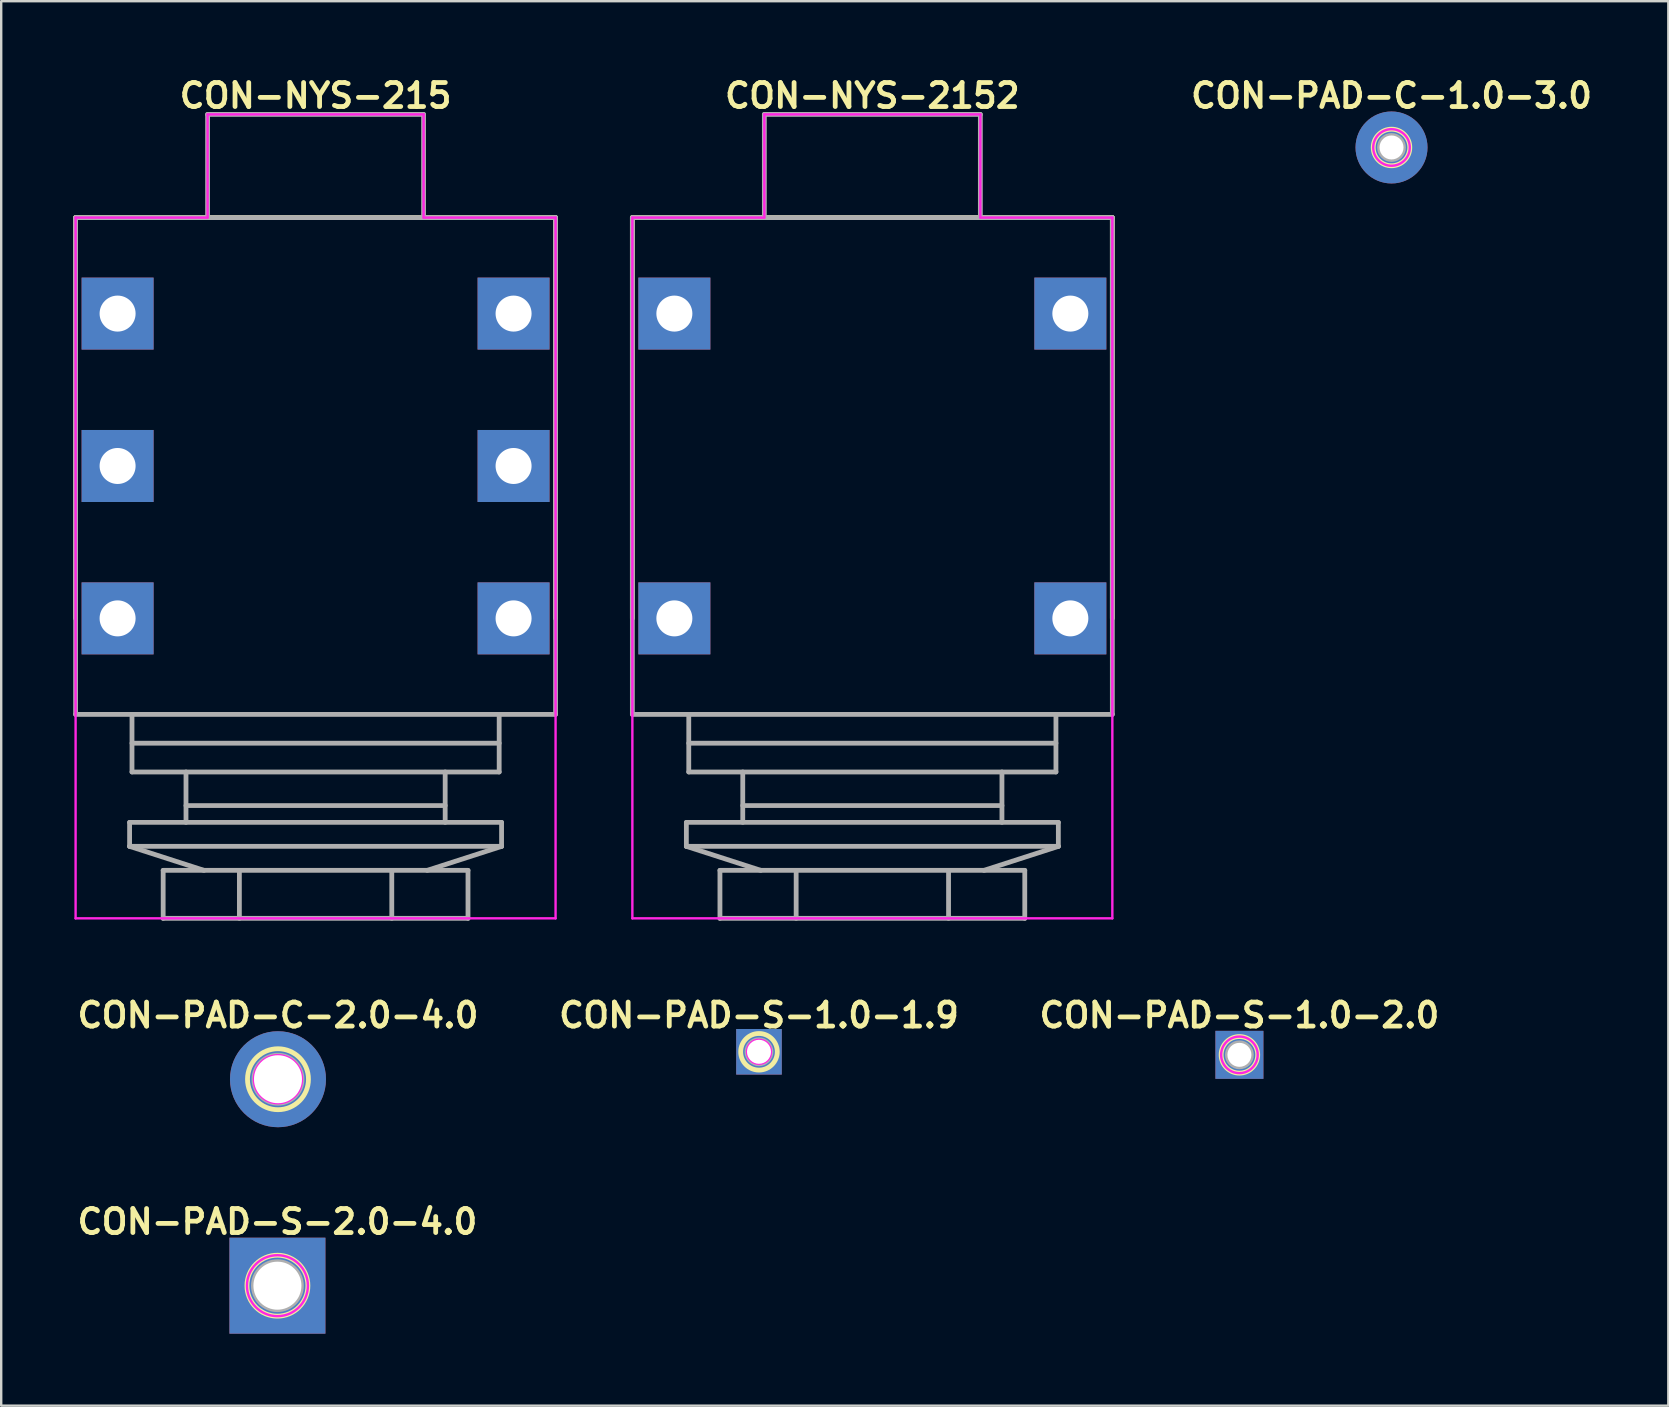
<source format=kicad_pcb>
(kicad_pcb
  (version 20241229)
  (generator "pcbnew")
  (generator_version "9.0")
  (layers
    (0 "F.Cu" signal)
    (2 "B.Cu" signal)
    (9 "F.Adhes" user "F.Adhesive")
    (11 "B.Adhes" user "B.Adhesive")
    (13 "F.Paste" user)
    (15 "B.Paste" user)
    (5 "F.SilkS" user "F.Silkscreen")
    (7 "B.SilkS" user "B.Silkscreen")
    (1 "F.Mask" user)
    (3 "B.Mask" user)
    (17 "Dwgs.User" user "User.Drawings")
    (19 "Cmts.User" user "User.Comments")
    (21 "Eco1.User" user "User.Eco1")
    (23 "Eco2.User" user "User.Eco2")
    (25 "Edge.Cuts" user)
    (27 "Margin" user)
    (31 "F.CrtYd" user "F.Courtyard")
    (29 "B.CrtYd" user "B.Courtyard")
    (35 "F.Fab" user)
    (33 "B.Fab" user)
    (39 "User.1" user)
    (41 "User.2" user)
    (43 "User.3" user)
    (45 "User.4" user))
  (footprint "CON-PAD-S-1.0-2.0"
    (layer "F.Cu")
    (at 48.595 40.904)
    (property "Reference" "CON-PAD-S-1.0-2.0" (at 0 -1.651 0) (layer "F.SilkS") (effects (font (size 1 1) (thickness 0.2))))
    (attr through_hole)
    (fp_circle (center 0 0) (end 0.762 0) (stroke (width 0.2) (type solid)) (fill no) (layer "F.SilkS"))
    (fp_circle (center 0 0) (end 0.762 0) (stroke (width 0.1) (type solid)) (fill no) (layer "F.CrtYd"))
    (fp_circle (center 0 0) (end 0.5 0) (stroke (width 0.2) (type solid)) (fill no) (layer "F.Fab"))
    (pad "1" thru_hole rect (at 0 0) (size 2 2) (drill 1) (layers "B.Cu" "B.Mask")))
  (footprint "CON-PAD-S-1.0-1.9"
    (layer "F.Cu")
    (at 28.576 40.777)
    (property "Reference" "CON-PAD-S-1.0-1.9" (at 0 -1.524 0) (layer "F.SilkS") (effects (font (size 1 1) (thickness 0.2))))
    (attr through_hole)
    (fp_circle (center 0 0) (end 0.762 0) (stroke (width 0.2) (type solid)) (fill no) (layer "F.SilkS"))
    (fp_circle (center 0 0) (end 0.5 0) (stroke (width 0.1) (type solid)) (fill no) (layer "F.CrtYd"))
    (fp_circle (center 0 0) (end 0.5 0) (stroke (width 0.2) (type solid)) (fill no) (layer "F.Fab"))
    (pad "1" thru_hole rect (at 0 0) (size 1.9 1.9) (drill 1) (layers "B.Cu" "B.Mask")))
  (footprint "CON-NYS-215"
    (layer "F.Cu")
    (at 10.1 26.717)
    (property "Reference" "CON-NYS-215" (at 0 -25.781 0) (layer "F.SilkS") (effects (font (size 1 1) (thickness 0.2))))
    (attr through_hole)
    (fp_line (start -10 -20.7) (end -10 -4) (stroke (width 0.2) (type solid)) (layer "F.SilkS"))
    (fp_line (start -10 -20.7) (end 10 -20.7) (stroke (width 0.2) (type solid)) (layer "F.SilkS"))
    (fp_line (start 10 -20.7) (end 10 -4) (stroke (width 0.2) (type solid)) (layer "F.SilkS"))
    (fp_line (start -10 -20.7) (end -10 8.5) (stroke (width 0.1) (type solid)) (layer "F.CrtYd"))
    (fp_line (start -10 -20.7) (end -4.5 -20.7) (stroke (width 0.1) (type solid)) (layer "F.CrtYd"))
    (fp_line (start -10 8.5) (end 10 8.5) (stroke (width 0.1) (type solid)) (layer "F.CrtYd"))
    (fp_line (start -4.5 -25) (end -4.5 -20.7) (stroke (width 0.1) (type solid)) (layer "F.CrtYd"))
    (fp_line (start -4.5 -25) (end 4.5 -25) (stroke (width 0.1) (type solid)) (layer "F.CrtYd"))
    (fp_line (start 4.5 -25) (end 4.5 -20.7) (stroke (width 0.1) (type solid)) (layer "F.CrtYd"))
    (fp_line (start 4.5 -20.7) (end 10 -20.7) (stroke (width 0.1) (type solid)) (layer "F.CrtYd"))
    (fp_line (start 10 -20.7) (end 10 8.5) (stroke (width 0.1) (type solid)) (layer "F.CrtYd"))
    (fp_line (start -10 -20.7) (end -10 0) (stroke (width 0.2) (type solid)) (layer "F.Fab"))
    (fp_line (start -10 -20.7) (end 10 -20.7) (stroke (width 0.2) (type solid)) (layer "F.Fab"))
    (fp_line (start -10 0) (end 10 0) (stroke (width 0.2) (type solid)) (layer "F.Fab"))
    (fp_line (start -7.75 4.5) (end -7.75 5.5) (stroke (width 0.2) (type solid)) (layer "F.Fab"))
    (fp_line (start -7.75 4.5) (end 7.75 4.5) (stroke (width 0.2) (type solid)) (layer "F.Fab"))
    (fp_line (start -7.75 5.5) (end -4.65 6.5) (stroke (width 0.2) (type solid)) (layer "F.Fab"))
    (fp_line (start -7.75 5.5) (end 7.75 5.5) (stroke (width 0.2) (type solid)) (layer "F.Fab"))
    (fp_line (start -7.65 0) (end -7.65 2.4) (stroke (width 0.2) (type solid)) (layer "F.Fab"))
    (fp_line (start -7.65 1.2) (end 7.65 1.2) (stroke (width 0.2) (type solid)) (layer "F.Fab"))
    (fp_line (start -7.65 2.4) (end 7.65 2.4) (stroke (width 0.2) (type solid)) (layer "F.Fab"))
    (fp_line (start -6.351 6.5) (end -6.351 8.5) (stroke (width 0.2) (type solid)) (layer "F.Fab"))
    (fp_line (start -6.351 6.5) (end 6.351 6.5) (stroke (width 0.2) (type solid)) (layer "F.Fab"))
    (fp_line (start -6.351 8.5) (end 6.351 8.5) (stroke (width 0.2) (type solid)) (layer "F.Fab"))
    (fp_line (start -5.4 2.4) (end -5.4 4.5) (stroke (width 0.2) (type solid)) (layer "F.Fab"))
    (fp_line (start -5.4 3.8) (end 5.4 3.8) (stroke (width 0.2) (type solid)) (layer "F.Fab"))
    (fp_line (start -4.5 -25) (end -4.5 -20.7) (stroke (width 0.2) (type solid)) (layer "F.Fab"))
    (fp_line (start -4.5 -25) (end 4.5 -25) (stroke (width 0.2) (type solid)) (layer "F.Fab"))
    (fp_line (start -3.175 6.5) (end -3.175 8.5) (stroke (width 0.2) (type solid)) (layer "F.Fab"))
    (fp_line (start 3.175 6.5) (end 3.175 8.5) (stroke (width 0.2) (type solid)) (layer "F.Fab"))
    (fp_line (start 4.5 -25) (end 4.5 -20.7) (stroke (width 0.2) (type solid)) (layer "F.Fab"))
    (fp_line (start 5.4 2.4) (end 5.4 4.5) (stroke (width 0.2) (type solid)) (layer "F.Fab"))
    (fp_line (start 6.351 6.5) (end 6.351 8.5) (stroke (width 0.2) (type solid)) (layer "F.Fab"))
    (fp_line (start 7.65 0) (end 7.65 2.4) (stroke (width 0.2) (type solid)) (layer "F.Fab"))
    (fp_line (start 7.75 4.5) (end 7.75 5.5) (stroke (width 0.2) (type solid)) (layer "F.Fab"))
    (fp_line (start 7.75 5.5) (end 4.65 6.5) (stroke (width 0.2) (type solid)) (layer "F.Fab"))
    (fp_line (start 10 -20.7) (end 10 0) (stroke (width 0.2) (type solid)) (layer "F.Fab"))
    (pad "R" thru_hole rect (at 8.25 -10.35) (size 3 3) (drill 1.5) (layers "B.Cu" "B.Mask"))
    (pad "RN" thru_hole rect (at -8.25 -10.35) (size 3 3) (drill 1.5) (layers "B.Cu" "B.Mask"))
    (pad "S" thru_hole rect (at 8.25 -4) (size 3 3) (drill 1.5) (layers "B.Cu" "B.Mask"))
    (pad "SN" thru_hole rect (at -8.25 -4) (size 3 3) (drill 1.5) (layers "B.Cu" "B.Mask"))
    (pad "T" thru_hole rect (at 8.25 -16.7) (size 3 3) (drill 1.5) (layers "B.Cu" "B.Mask"))
    (pad "TN" thru_hole rect (at -8.25 -16.7) (size 3 3) (drill 1.5) (layers "B.Cu" "B.Mask")))
  (footprint "CON-NYS-2152"
    (layer "F.Cu")
    (at 33.3 26.717)
    (property "Reference" "CON-NYS-2152" (at 0 -25.781 0) (layer "F.SilkS") (effects (font (size 1 1) (thickness 0.2))))
    (attr through_hole)
    (fp_line (start -10 -20.7) (end -10 -4) (stroke (width 0.2) (type solid)) (layer "F.SilkS"))
    (fp_line (start -10 -20.7) (end 10 -20.7) (stroke (width 0.2) (type solid)) (layer "F.SilkS"))
    (fp_line (start 10 -20.7) (end 10 -4) (stroke (width 0.2) (type solid)) (layer "F.SilkS"))
    (fp_line (start -10 -20.7) (end -10 8.5) (stroke (width 0.1) (type solid)) (layer "F.CrtYd"))
    (fp_line (start -10 -20.7) (end -4.5 -20.7) (stroke (width 0.1) (type solid)) (layer "F.CrtYd"))
    (fp_line (start -10 8.5) (end 10 8.5) (stroke (width 0.1) (type solid)) (layer "F.CrtYd"))
    (fp_line (start -4.5 -25) (end -4.5 -20.7) (stroke (width 0.1) (type solid)) (layer "F.CrtYd"))
    (fp_line (start -4.5 -25) (end 4.5 -25) (stroke (width 0.1) (type solid)) (layer "F.CrtYd"))
    (fp_line (start 4.5 -25) (end 4.5 -20.7) (stroke (width 0.1) (type solid)) (layer "F.CrtYd"))
    (fp_line (start 4.5 -20.7) (end 10 -20.7) (stroke (width 0.1) (type solid)) (layer "F.CrtYd"))
    (fp_line (start 10 -20.7) (end 10 8.5) (stroke (width 0.1) (type solid)) (layer "F.CrtYd"))
    (fp_line (start -10 -20.7) (end -10 0) (stroke (width 0.2) (type solid)) (layer "F.Fab"))
    (fp_line (start -10 -20.7) (end 10 -20.7) (stroke (width 0.2) (type solid)) (layer "F.Fab"))
    (fp_line (start -10 0) (end 10 0) (stroke (width 0.2) (type solid)) (layer "F.Fab"))
    (fp_line (start -7.75 4.5) (end -7.75 5.5) (stroke (width 0.2) (type solid)) (layer "F.Fab"))
    (fp_line (start -7.75 4.5) (end 7.75 4.5) (stroke (width 0.2) (type solid)) (layer "F.Fab"))
    (fp_line (start -7.75 5.5) (end -4.65 6.5) (stroke (width 0.2) (type solid)) (layer "F.Fab"))
    (fp_line (start -7.75 5.5) (end 7.75 5.5) (stroke (width 0.2) (type solid)) (layer "F.Fab"))
    (fp_line (start -7.65 0) (end -7.65 2.4) (stroke (width 0.2) (type solid)) (layer "F.Fab"))
    (fp_line (start -7.65 1.2) (end 7.65 1.2) (stroke (width 0.2) (type solid)) (layer "F.Fab"))
    (fp_line (start -7.65 2.4) (end 7.65 2.4) (stroke (width 0.2) (type solid)) (layer "F.Fab"))
    (fp_line (start -6.351 6.5) (end -6.351 8.5) (stroke (width 0.2) (type solid)) (layer "F.Fab"))
    (fp_line (start -6.351 6.5) (end 6.351 6.5) (stroke (width 0.2) (type solid)) (layer "F.Fab"))
    (fp_line (start -6.351 8.5) (end 6.351 8.5) (stroke (width 0.2) (type solid)) (layer "F.Fab"))
    (fp_line (start -5.4 2.4) (end -5.4 4.5) (stroke (width 0.2) (type solid)) (layer "F.Fab"))
    (fp_line (start -5.4 3.8) (end 5.4 3.8) (stroke (width 0.2) (type solid)) (layer "F.Fab"))
    (fp_line (start -4.5 -25) (end -4.5 -20.7) (stroke (width 0.2) (type solid)) (layer "F.Fab"))
    (fp_line (start -4.5 -25) (end 4.5 -25) (stroke (width 0.2) (type solid)) (layer "F.Fab"))
    (fp_line (start -3.175 6.5) (end -3.175 8.5) (stroke (width 0.2) (type solid)) (layer "F.Fab"))
    (fp_line (start 3.175 6.5) (end 3.175 8.5) (stroke (width 0.2) (type solid)) (layer "F.Fab"))
    (fp_line (start 4.5 -25) (end 4.5 -20.7) (stroke (width 0.2) (type solid)) (layer "F.Fab"))
    (fp_line (start 5.4 2.4) (end 5.4 4.5) (stroke (width 0.2) (type solid)) (layer "F.Fab"))
    (fp_line (start 6.351 6.5) (end 6.351 8.5) (stroke (width 0.2) (type solid)) (layer "F.Fab"))
    (fp_line (start 7.65 0) (end 7.65 2.4) (stroke (width 0.2) (type solid)) (layer "F.Fab"))
    (fp_line (start 7.75 4.5) (end 7.75 5.5) (stroke (width 0.2) (type solid)) (layer "F.Fab"))
    (fp_line (start 7.75 5.5) (end 4.65 6.5) (stroke (width 0.2) (type solid)) (layer "F.Fab"))
    (fp_line (start 10 -20.7) (end 10 0) (stroke (width 0.2) (type solid)) (layer "F.Fab"))
    (pad "S" thru_hole rect (at 8.25 -4) (size 3 3) (drill 1.5) (layers "B.Cu" "B.Mask"))
    (pad "SN" thru_hole rect (at -8.25 -4) (size 3 3) (drill 1.5) (layers "B.Cu" "B.Mask"))
    (pad "T" thru_hole rect (at 8.25 -16.7) (size 3 3) (drill 1.5) (layers "B.Cu" "B.Mask"))
    (pad "TN" thru_hole rect (at -8.25 -16.7) (size 3 3) (drill 1.5) (layers "B.Cu" "B.Mask")))
  (footprint "CON-PAD-C-2.0-4.0"
    (layer "F.Cu")
    (at 8.533 41.92)
    (property "Reference" "CON-PAD-C-2.0-4.0" (at 0 -2.667 0) (layer "F.SilkS") (effects (font (size 1 1) (thickness 0.2))))
    (attr through_hole)
    (fp_circle (center 0 0) (end 1.27 0) (stroke (width 0.2) (type solid)) (fill no) (layer "F.SilkS"))
    (fp_circle (center 0 0) (end 1 0) (stroke (width 0.1) (type solid)) (fill no) (layer "F.CrtYd"))
    (fp_circle (center 0 0) (end 1 0) (stroke (width 0.2) (type solid)) (fill no) (layer "F.Fab"))
    (pad "1" thru_hole circle (at 0 0) (size 4 4) (drill 2) (layers "B.Cu" "B.Mask")))
  (footprint "CON-PAD-S-2.0-4.0"
    (layer "F.Cu")
    (at 8.51 50.523)
    (property "Reference" "CON-PAD-S-2.0-4.0" (at 0 -2.667 0) (layer "F.SilkS") (effects (font (size 1 1) (thickness 0.2))))
    (attr through_hole)
    (fp_circle (center 0 0) (end 1.27 0) (stroke (width 0.2) (type solid)) (fill no) (layer "F.SilkS"))
    (fp_circle (center 0 0) (end 1.27 0) (stroke (width 0.1) (type solid)) (fill no) (layer "F.CrtYd"))
    (fp_circle (center 0 0) (end 1 0) (stroke (width 0.2) (type solid)) (fill no) (layer "F.Fab"))
    (pad "1" thru_hole rect (at 0 0) (size 4 4) (drill 2) (layers "B.Cu" "B.Mask")))
  (footprint "CON-PAD-C-1.0-3.0"
    (layer "F.Cu")
    (at 54.933 3.095)
    (property "Reference" "CON-PAD-C-1.0-3.0" (at 0 -2.159 0) (layer "F.SilkS") (effects (font (size 1 1) (thickness 0.2))))
    (attr through_hole)
    (fp_circle (center 0 0) (end 0.762 0) (stroke (width 0.2) (type solid)) (fill no) (layer "F.SilkS"))
    (fp_circle (center 0 0) (end 0.762 0) (stroke (width 0.1) (type solid)) (fill no) (layer "F.CrtYd"))
    (fp_circle (center 0 0) (end 0.5 0) (stroke (width 0.2) (type solid)) (fill no) (layer "F.Fab"))
    (pad "1" thru_hole circle (at 0 0) (size 3 3) (drill 1) (layers "B.Cu" "B.Mask")))
  (gr_rect
    (start -3 -3)
    (end 66.467 55.523)
    (stroke (width 0.1) (type default))
    (fill no)
    (layer "Edge.Cuts")))
</source>
